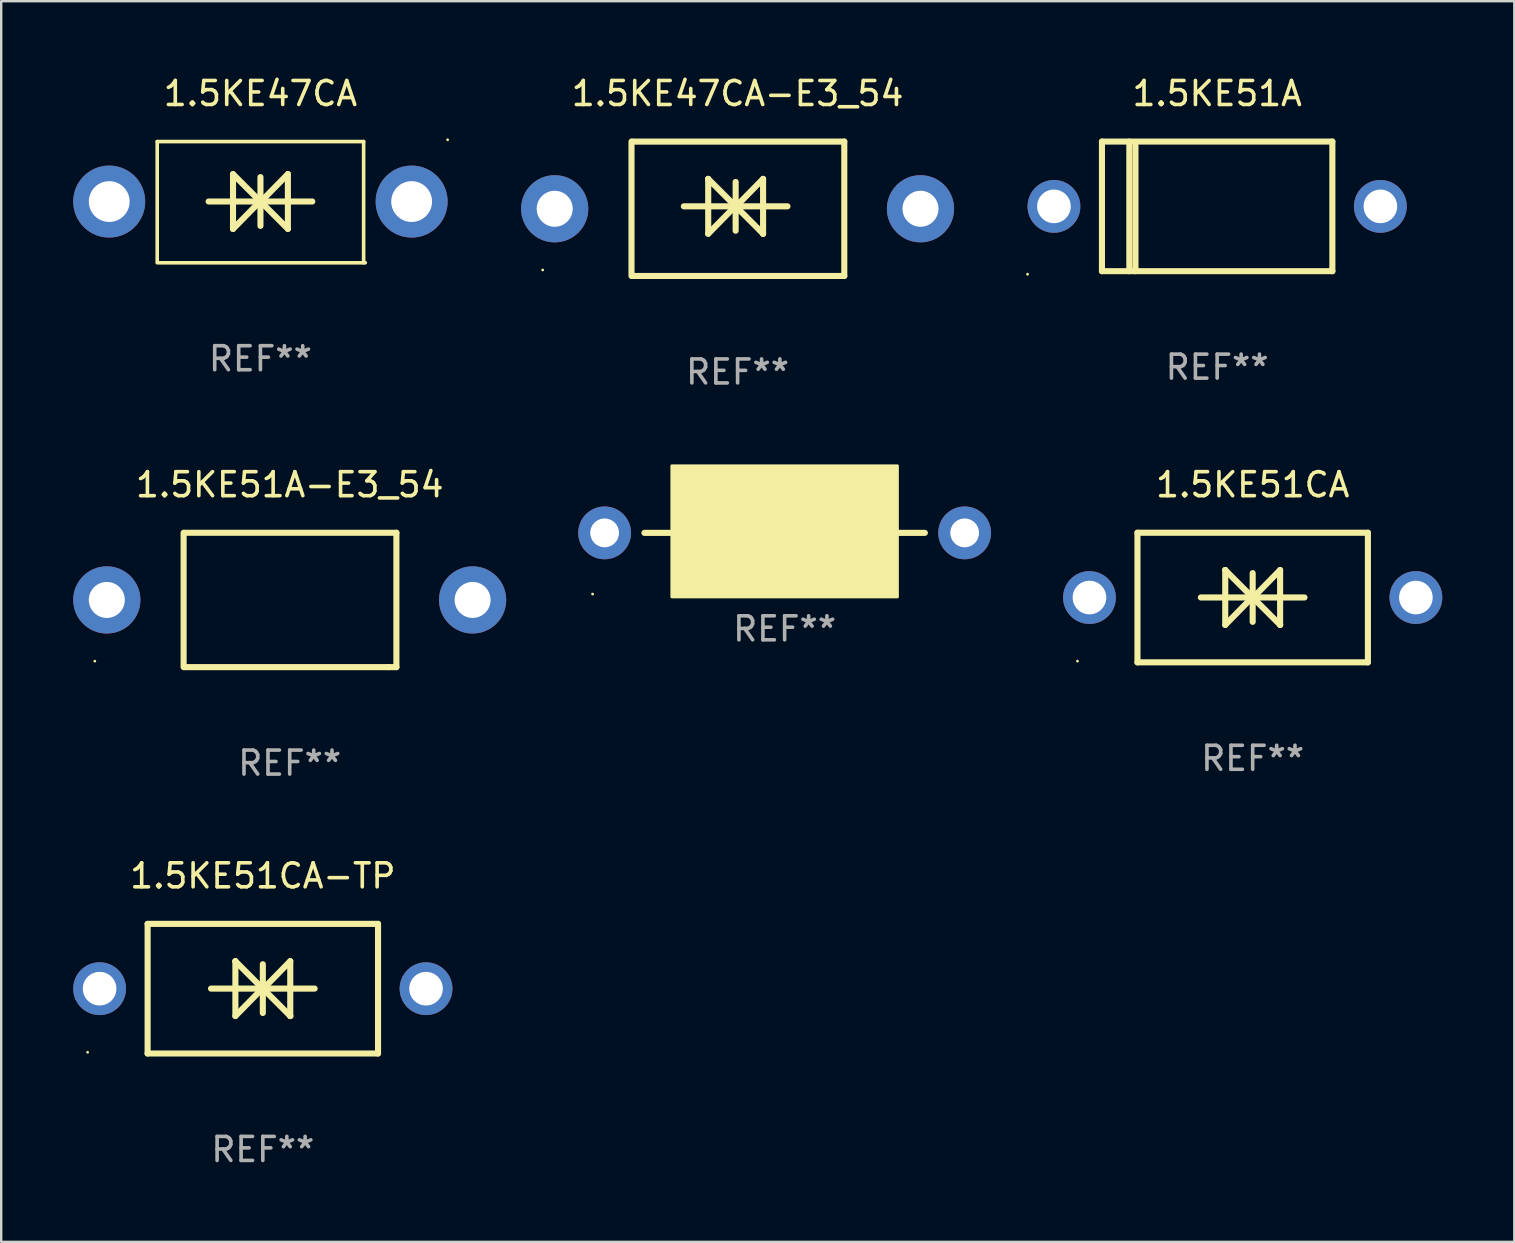
<source format=kicad_pcb>
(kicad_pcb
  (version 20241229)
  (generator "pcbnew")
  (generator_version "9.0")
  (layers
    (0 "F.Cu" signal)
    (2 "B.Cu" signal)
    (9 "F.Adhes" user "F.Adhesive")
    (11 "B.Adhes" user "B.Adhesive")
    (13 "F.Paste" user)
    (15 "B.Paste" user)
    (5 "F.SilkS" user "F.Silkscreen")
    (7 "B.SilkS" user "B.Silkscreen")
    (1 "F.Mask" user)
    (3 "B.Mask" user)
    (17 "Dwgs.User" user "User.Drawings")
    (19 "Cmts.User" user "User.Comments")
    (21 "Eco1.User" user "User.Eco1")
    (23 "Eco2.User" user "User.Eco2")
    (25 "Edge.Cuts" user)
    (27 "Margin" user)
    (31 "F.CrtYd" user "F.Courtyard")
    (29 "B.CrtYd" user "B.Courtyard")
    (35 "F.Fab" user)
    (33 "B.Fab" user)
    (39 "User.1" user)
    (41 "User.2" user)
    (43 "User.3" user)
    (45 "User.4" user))
  (footprint "1.5KE51A-E3_54"
    (layer "F.Cu")
    (at 9.02 21.945)
    (property "Reference" "1.5KE51A-E3_54" (at 0 -4.8 0) (layer "F.SilkS") (effects (font (size 1 1) (thickness 0.15))))
    (attr through_hole)
    (fp_line (start -4.42 2.8) (end -4.42 -2.8) (stroke (width 0.254) (type solid)) (layer "F.SilkS"))
    (fp_line (start -4.379 -2.799) (end 4.445 -2.799) (stroke (width 0.254) (type solid)) (layer "F.SilkS"))
    (fp_line (start 4.12 2.8) (end -4.38 2.8) (stroke (width 0.254) (type solid)) (layer "F.SilkS"))
    (fp_line (start 4.445 -2.799) (end 4.445 2.799) (stroke (width 0.254) (type solid)) (layer "F.SilkS"))
    (fp_line (start 4.445 2.799) (end 4.12 2.799) (stroke (width 0.254) (type solid)) (layer "F.SilkS"))
    (fp_circle (center -8.12 2.55) (end -8.09 2.55) (stroke (width 0.06) (type solid)) (fill no) (layer "F.SilkS"))
    (fp_text user "REF**" (at 0 6.8 0) (layer "F.Fab") (effects (font (size 1 1) (thickness 0.15))))
    (pad "1" thru_hole circle (at -7.62 0) (size 2.8 2.8) (drill 1.5) (layers "*.Cu" "*.Mask"))
    (pad "2" thru_hole circle (at 7.62 0) (size 2.8 2.8) (drill 1.5) (layers "*.Cu" "*.Mask")))
  (footprint "1.5KE51A"
    (layer "F.Cu")
    (at 47.66 5.548)
    (property "Reference" "1.5KE51A" (at 0 -4.7 0) (layer "F.SilkS") (effects (font (size 1 1) (thickness 0.15))))
    (attr through_hole)
    (fp_line (start -4.8 -2.7) (end 4.8 -2.7) (stroke (width 0.254) (type solid)) (layer "F.SilkS"))
    (fp_line (start -4.8 2.7) (end -4.8 -2.7) (stroke (width 0.254) (type solid)) (layer "F.SilkS"))
    (fp_line (start -3.658 2.7) (end -3.658 -2.7) (stroke (width 0.254) (type solid)) (layer "F.SilkS"))
    (fp_line (start -3.404 2.7) (end -3.404 -2.54) (stroke (width 0.254) (type solid)) (layer "F.SilkS"))
    (fp_line (start 4.8 2.7) (end -4.8 2.7) (stroke (width 0.254) (type solid)) (layer "F.SilkS"))
    (fp_line (start 4.8 2.7) (end 4.8 -2.7) (stroke (width 0.254) (type solid)) (layer "F.SilkS"))
    (fp_circle (center -7.9 2.827) (end -7.87 2.827) (stroke (width 0.06) (type solid)) (fill no) (layer "F.SilkS"))
    (fp_text user "REF**" (at 0 6.7 0) (layer "F.Fab") (effects (font (size 1 1) (thickness 0.15))))
    (pad "1" thru_hole circle (at -6.8 0) (size 2.2 2.2) (drill 1.4) (layers "*.Cu" "*.Mask"))
    (pad "2" thru_hole circle (at 6.8 0) (size 2.2 2.2) (drill 1.4) (layers "*.Cu" "*.Mask")))
  (footprint "1.5KE51CA"
    (layer "F.Cu")
    (at 49.14 21.845)
    (property "Reference" "1.5KE51CA" (at 0 -4.7 0) (layer "F.SilkS") (effects (font (size 1 1) (thickness 0.15))))
    (attr through_hole)
    (fp_line (start -4.8 -2.7) (end -4.8 2.7) (stroke (width 0.254) (type solid)) (layer "F.SilkS"))
    (fp_line (start -4.8 -2.7) (end 4.8 -2.7) (stroke (width 0.254) (type solid)) (layer "F.SilkS"))
    (fp_line (start -2.159 -0.003) (end 2.159 -0.003) (stroke (width 0.254) (type solid)) (layer "F.SilkS"))
    (fp_line (start -1.143 -1.146) (end -1.143 1.14) (stroke (width 0.254) (type solid)) (layer "F.SilkS"))
    (fp_line (start -1.143 -1.143) (end -1.143 -1.146) (stroke (width 0.254) (type solid)) (layer "F.SilkS"))
    (fp_line (start 0 -1.019) (end 0 1.013) (stroke (width 0.254) (type solid)) (layer "F.SilkS"))
    (fp_line (start 0 -0.026) (end -1.143 1.14) (stroke (width 0.254) (type solid)) (layer "F.SilkS"))
    (fp_line (start 0 -0.006) (end 1.143 1.137) (stroke (width 0.254) (type solid)) (layer "F.SilkS"))
    (fp_line (start 0 0) (end -1.143 -1.143) (stroke (width 0.254) (type solid)) (layer "F.SilkS"))
    (fp_line (start 0 0.02) (end 1.143 -1.146) (stroke (width 0.254) (type solid)) (layer "F.SilkS"))
    (fp_line (start 1.143 1.137) (end 1.143 1.14) (stroke (width 0.254) (type solid)) (layer "F.SilkS"))
    (fp_line (start 1.143 1.14) (end 1.143 -1.146) (stroke (width 0.254) (type solid)) (layer "F.SilkS"))
    (fp_line (start 4.8 -2.7) (end 4.8 2.7) (stroke (width 0.254) (type solid)) (layer "F.SilkS"))
    (fp_line (start 4.8 2.7) (end -4.8 2.7) (stroke (width 0.254) (type solid)) (layer "F.SilkS"))
    (fp_circle (center -7.3 2.65) (end -7.27 2.65) (stroke (width 0.06) (type solid)) (fill no) (layer "F.SilkS"))
    (fp_text user "REF**" (at 0 6.7 0) (layer "F.Fab") (effects (font (size 1 1) (thickness 0.15))))
    (pad "1" thru_hole circle (at -6.8 0) (size 2.2 2.2) (drill 1.4) (layers "*.Cu" "*.Mask"))
    (pad "2" thru_hole circle (at 6.8 0) (size 2.2 2.2) (drill 1.4) (layers "*.Cu" "*.Mask")))
  (footprint "1.5KE47CA"
    (layer "F.Cu")
    (at 7.8 5.373)
    (property "Reference" "1.5KE47CA" (at 0 -4.525 0) (layer "F.SilkS") (effects (font (size 1 1) (thickness 0.15))))
    (attr through_hole)
    (fp_line (start -4.3 -2.525) (end -4.3 2.525) (stroke (width 0.15) (type solid)) (layer "F.SilkS"))
    (fp_line (start -4.3 -2.525) (end 4.3 -2.525) (stroke (width 0.15) (type solid)) (layer "F.SilkS"))
    (fp_line (start -4.232 2.525) (end 4.368 2.525) (stroke (width 0.15) (type solid)) (layer "F.SilkS"))
    (fp_line (start -2.158 -0.028) (end 2.16 -0.028) (stroke (width 0.254) (type solid)) (layer "F.SilkS"))
    (fp_line (start -1.142 -1.171) (end -1.142 1.115) (stroke (width 0.254) (type solid)) (layer "F.SilkS"))
    (fp_line (start 0.001 -1.044) (end 0.001 0.988) (stroke (width 0.254) (type solid)) (layer "F.SilkS"))
    (fp_line (start 0.001 -0.051) (end -1.142 1.115) (stroke (width 0.254) (type solid)) (layer "F.SilkS"))
    (fp_line (start 0.001 -0.031) (end 1.144 1.112) (stroke (width 0.254) (type solid)) (layer "F.SilkS"))
    (fp_line (start 0.001 -0.024) (end -1.142 -1.167) (stroke (width 0.254) (type solid)) (layer "F.SilkS"))
    (fp_line (start 0.001 -0.005) (end 1.144 -1.171) (stroke (width 0.254) (type solid)) (layer "F.SilkS"))
    (fp_line (start 1.144 1.115) (end 1.144 -1.171) (stroke (width 0.254) (type solid)) (layer "F.SilkS"))
    (fp_line (start 4.3 -2.525) (end 4.3 2.525) (stroke (width 0.15) (type solid)) (layer "F.SilkS"))
    (fp_circle (center 7.8 -2.6) (end 7.83 -2.6) (stroke (width 0.06) (type solid)) (fill no) (layer "F.SilkS"))
    (fp_text user "REF**" (at 0 6.525 0) (layer "F.Fab") (effects (font (size 1 1) (thickness 0.15))))
    (pad "1" thru_hole circle (at 6.3 -0.025) (size 3 3) (drill 1.7) (layers "*.Cu" "*.Mask"))
    (pad "2" thru_hole circle (at -6.3 -0.025) (size 3 3) (drill 1.7) (layers "*.Cu" "*.Mask")))
  (footprint "1.5KE47CA-E3_54"
    (layer "F.Cu")
    (at 27.68 5.648)
    (property "Reference" "1.5KE47CA-E3_54" (at 0 -4.8 0) (layer "F.SilkS") (effects (font (size 1 1) (thickness 0.15))))
    (attr through_hole)
    (fp_line (start -4.42 2.8) (end -4.42 -2.8) (stroke (width 0.254) (type solid)) (layer "F.SilkS"))
    (fp_line (start -4.379 -2.799) (end 4.445 -2.799) (stroke (width 0.254) (type solid)) (layer "F.SilkS"))
    (fp_line (start -2.24 -0.102) (end 2.078 -0.102) (stroke (width 0.254) (type solid)) (layer "F.SilkS"))
    (fp_line (start -1.224 -1.245) (end -1.224 1.041) (stroke (width 0.254) (type solid)) (layer "F.SilkS"))
    (fp_line (start -1.224 -1.242) (end -1.224 -1.245) (stroke (width 0.254) (type solid)) (layer "F.SilkS"))
    (fp_line (start -0.081 -1.118) (end -0.081 0.914) (stroke (width 0.254) (type solid)) (layer "F.SilkS"))
    (fp_line (start -0.081 -0.125) (end -1.224 1.041) (stroke (width 0.254) (type solid)) (layer "F.SilkS"))
    (fp_line (start -0.081 -0.105) (end 1.062 1.038) (stroke (width 0.254) (type solid)) (layer "F.SilkS"))
    (fp_line (start -0.081 -0.099) (end -1.224 -1.242) (stroke (width 0.254) (type solid)) (layer "F.SilkS"))
    (fp_line (start -0.081 -0.079) (end 1.062 -1.245) (stroke (width 0.254) (type solid)) (layer "F.SilkS"))
    (fp_line (start 1.062 1.038) (end 1.062 1.041) (stroke (width 0.254) (type solid)) (layer "F.SilkS"))
    (fp_line (start 1.062 1.041) (end 1.062 -1.245) (stroke (width 0.254) (type solid)) (layer "F.SilkS"))
    (fp_line (start 4.12 2.8) (end -4.38 2.8) (stroke (width 0.254) (type solid)) (layer "F.SilkS"))
    (fp_line (start 4.445 -2.799) (end 4.445 2.799) (stroke (width 0.254) (type solid)) (layer "F.SilkS"))
    (fp_line (start 4.445 2.799) (end 4.12 2.799) (stroke (width 0.254) (type solid)) (layer "F.SilkS"))
    (fp_circle (center -8.12 2.55) (end -8.09 2.55) (stroke (width 0.06) (type solid)) (fill no) (layer "F.SilkS"))
    (fp_text user "REF**" (at 0 6.8 0) (layer "F.Fab") (effects (font (size 1 1) (thickness 0.15))))
    (pad "1" thru_hole circle (at -7.62 0) (size 2.8 2.8) (drill 1.5) (layers "*.Cu" "*.Mask"))
    (pad "2" thru_hole circle (at 7.62 0) (size 2.8 2.8) (drill 1.5) (layers "*.Cu" "*.Mask")))
  (footprint "1.5KE51A-T"
    (layer "F.Cu")
    (at 29.64 19.151)
    (property "Reference" "1.5KE51A-T" (at 0 -2 0) (layer "F.SilkS") (effects (font (size 1 1) (thickness 0.15))))
    (attr through_hole)
    (fp_line (start -4.699 0) (end -5.842 0) (stroke (width 0.254) (type solid)) (layer "F.SilkS"))
    (fp_line (start 4.699 0) (end 5.842 0) (stroke (width 0.254) (type solid)) (layer "F.SilkS"))
    (fp_circle (center -8 2.55) (end -7.97 2.55) (stroke (width 0.06) (type solid)) (fill no) (layer "F.SilkS"))
    (fp_poly (pts (xy -4.699 -2.794) (xy 4.699 -2.794) (xy 4.699 2.667) (xy -4.699 2.667)) (stroke (width 0.12) (type solid)) (fill yes) (layer "F.SilkS"))
    (fp_text user "REF**" (at 0 4 0) (layer "F.Fab") (effects (font (size 1 1) (thickness 0.15))))
    (pad "1" thru_hole circle (at -7.5 0) (size 2.2 2.2) (drill 1.2) (layers "*.Cu" "*.Mask"))
    (pad "2" thru_hole circle (at 7.5 0) (size 2.2 2.2) (drill 1.2) (layers "*.Cu" "*.Mask")))
  (footprint "1.5KE51CA-TP"
    (layer "F.Cu")
    (at 7.9 38.141)
    (property "Reference" "1.5KE51CA-TP" (at 0 -4.7 0) (layer "F.SilkS") (effects (font (size 1 1) (thickness 0.15))))
    (attr through_hole)
    (fp_line (start -4.8 -2.7) (end -4.8 2.7) (stroke (width 0.254) (type solid)) (layer "F.SilkS"))
    (fp_line (start -4.8 -2.7) (end 4.8 -2.7) (stroke (width 0.254) (type solid)) (layer "F.SilkS"))
    (fp_line (start -2.159 -0.003) (end 2.159 -0.003) (stroke (width 0.254) (type solid)) (layer "F.SilkS"))
    (fp_line (start -1.143 -1.146) (end -1.143 1.14) (stroke (width 0.254) (type solid)) (layer "F.SilkS"))
    (fp_line (start -1.143 -1.143) (end -1.143 -1.146) (stroke (width 0.254) (type solid)) (layer "F.SilkS"))
    (fp_line (start 0 -1.019) (end 0 1.013) (stroke (width 0.254) (type solid)) (layer "F.SilkS"))
    (fp_line (start 0 -0.026) (end -1.143 1.14) (stroke (width 0.254) (type solid)) (layer "F.SilkS"))
    (fp_line (start 0 -0.006) (end 1.143 1.137) (stroke (width 0.254) (type solid)) (layer "F.SilkS"))
    (fp_line (start 0 0) (end -1.143 -1.143) (stroke (width 0.254) (type solid)) (layer "F.SilkS"))
    (fp_line (start 0 0.02) (end 1.143 -1.146) (stroke (width 0.254) (type solid)) (layer "F.SilkS"))
    (fp_line (start 1.143 1.137) (end 1.143 1.14) (stroke (width 0.254) (type solid)) (layer "F.SilkS"))
    (fp_line (start 1.143 1.14) (end 1.143 -1.146) (stroke (width 0.254) (type solid)) (layer "F.SilkS"))
    (fp_line (start 4.8 -2.7) (end 4.8 2.7) (stroke (width 0.254) (type solid)) (layer "F.SilkS"))
    (fp_line (start 4.8 2.7) (end -4.8 2.7) (stroke (width 0.254) (type solid)) (layer "F.SilkS"))
    (fp_circle (center -7.3 2.65) (end -7.27 2.65) (stroke (width 0.06) (type solid)) (fill no) (layer "F.SilkS"))
    (fp_text user "REF**" (at 0 6.7 0) (layer "F.Fab") (effects (font (size 1 1) (thickness 0.15))))
    (pad "1" thru_hole circle (at -6.8 0) (size 2.2 2.2) (drill 1.4) (layers "*.Cu" "*.Mask"))
    (pad "2" thru_hole circle (at 6.8 0) (size 2.2 2.2) (drill 1.4) (layers "*.Cu" "*.Mask")))
  (gr_rect
    (start -3 -3)
    (end 60.04 48.69)
    (stroke (width 0.1) (type default))
    (fill no)
    (layer "Edge.Cuts")))
</source>
